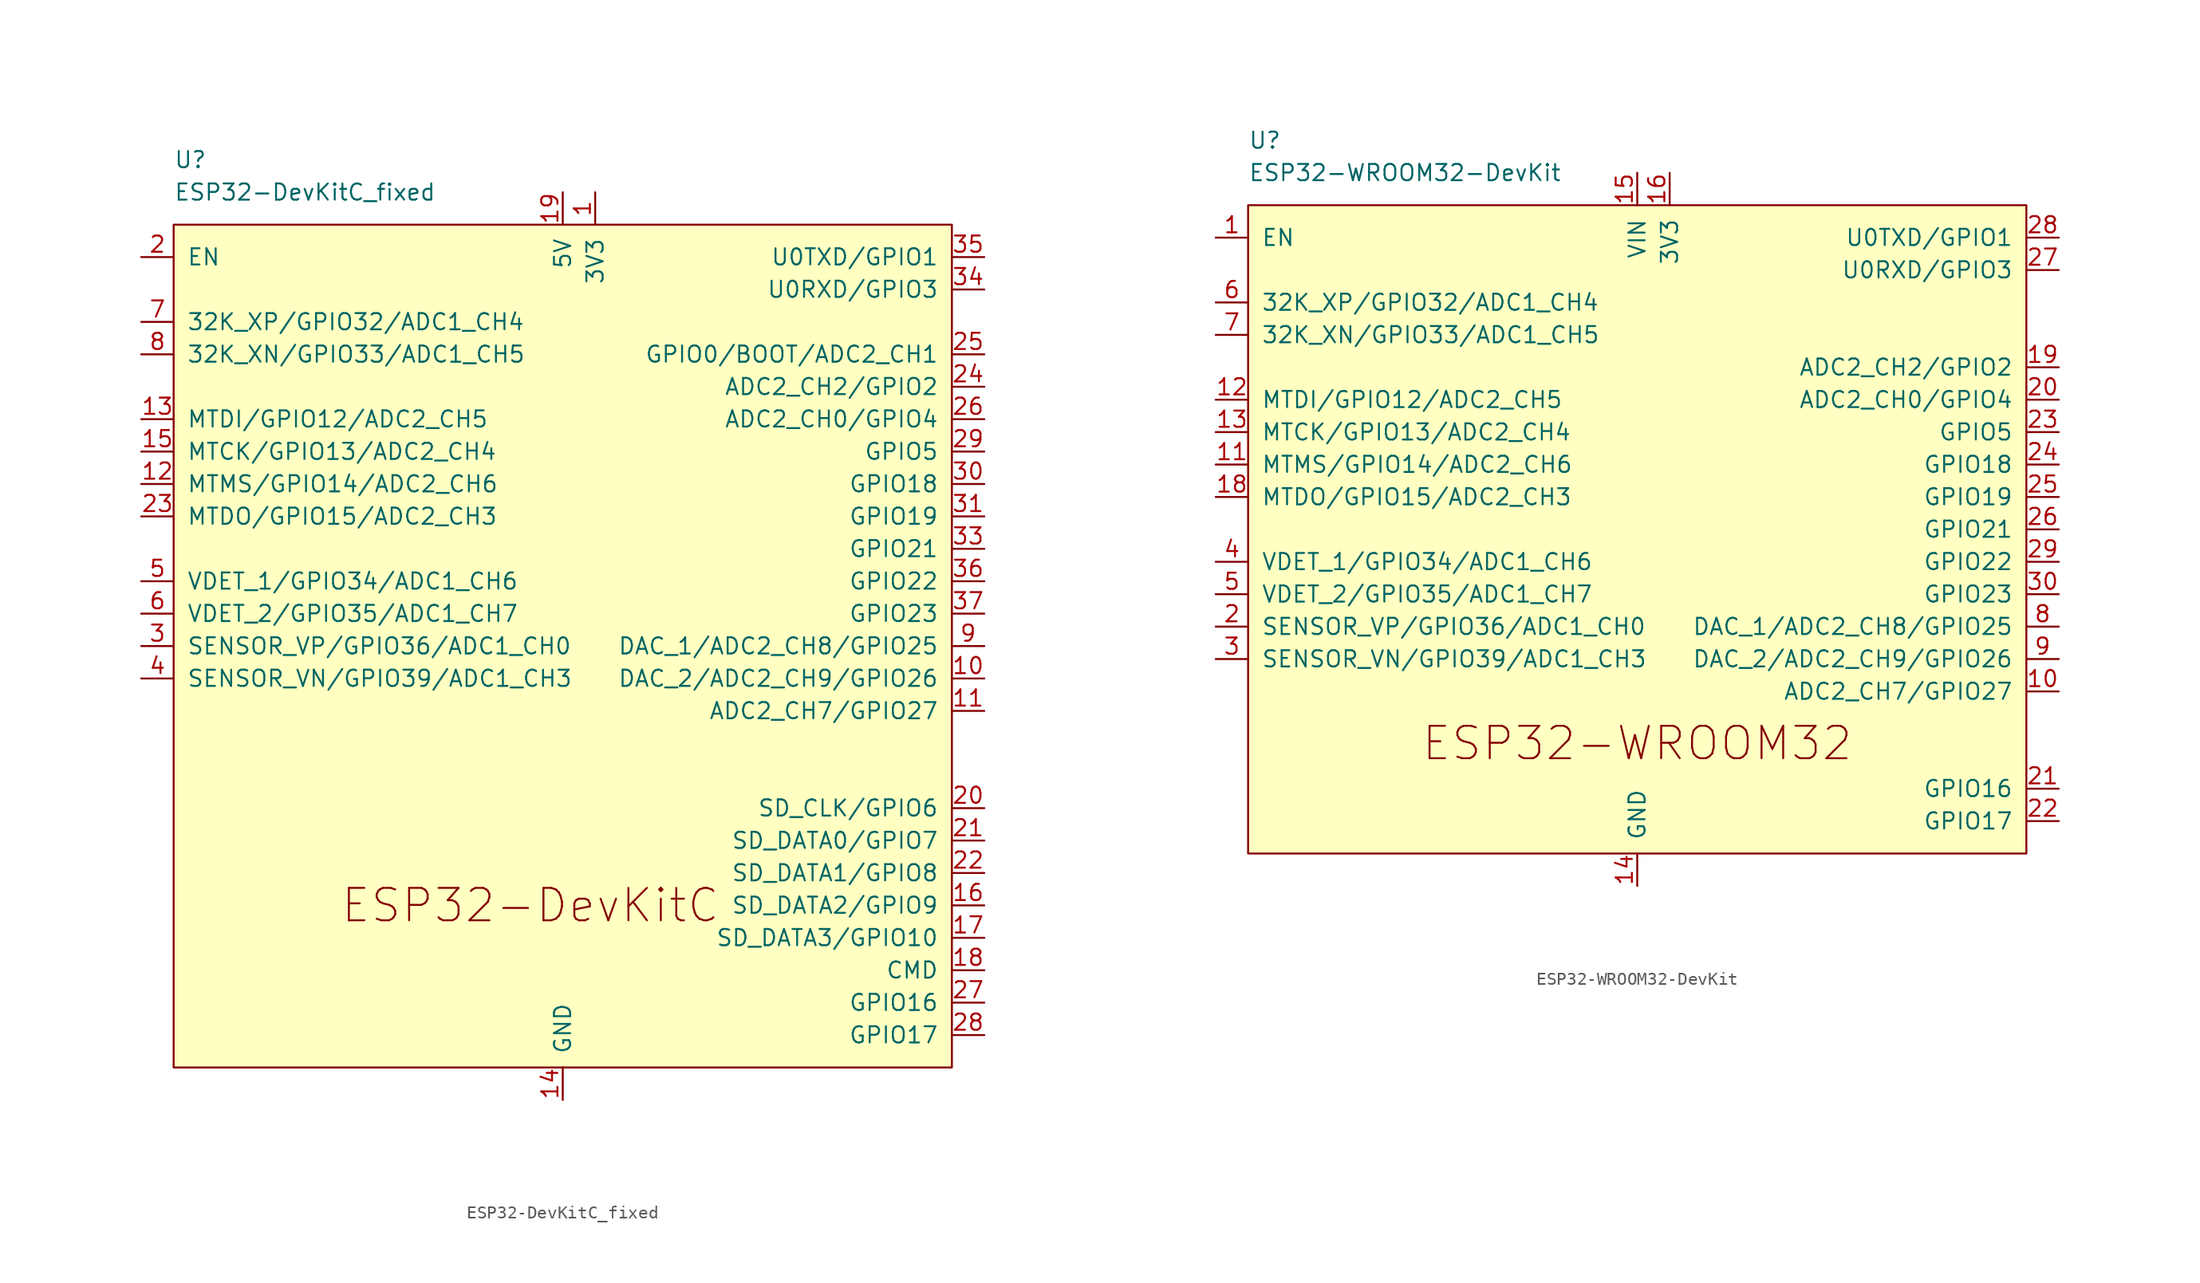
<source format=kicad_sym>
(kicad_symbol_lib
  (version 20241209)
  (generator "kicad_symbol_editor")
  (generator_version "9.0")
  (symbol "ESP32-DevKitC_fixed"
    (pin_names
      (offset 1.016))
    (property "Reference" "U"
      (at -30.48 38.1 0)
      (effects (font (size 1.27 1.27)) (justify left)))
    (property "Value" "ESP32-DevKitC_fixed"
      (at -30.48 35.56 0)
      (effects (font (size 1.27 1.27)) (justify left)))
    (symbol "ESP32-DevKitC_fixed_0_0"
      (text "ESP32-DevKitC" (at -2.54 -20.32 0) (effects (font (size 2.54 2.54))))
      (pin power_in line (at 0 35.56 270) (length 2.54) (name "5V" (effects (font (size 1.27 1.27)))) (number "19" (effects (font (size 1.27 1.27)))))
      (pin power_in line (at 0 -35.56 90) (length 2.54) (name "GND" (effects (font (size 1.27 1.27)))) (number "14" (effects (font (size 1.27 1.27))))))
    (symbol "ESP32-DevKitC_fixed_0_1"
      (rectangle (start -30.48 33.02) (end 30.48 -33.02) (stroke (width 0) (type default)) (fill (type background))))
    (symbol "ESP32-DevKitC_fixed_1_1"
      (pin input line (at -33.02 30.48 0) (length 2.54) (name "EN" (effects (font (size 1.27 1.27)))) (number "2" (effects (font (size 1.27 1.27)))))
      (pin bidirectional line (at -33.02 25.4 0) (length 2.54) (name "32K_XP/GPIO32/ADC1_CH4" (effects (font (size 1.27 1.27)))) (number "7" (effects (font (size 1.27 1.27)))))
      (pin bidirectional line (at -33.02 22.86 0) (length 2.54) (name "32K_XN/GPIO33/ADC1_CH5" (effects (font (size 1.27 1.27)))) (number "8" (effects (font (size 1.27 1.27)))))
      (pin bidirectional line (at -33.02 17.78 0) (length 2.54) (name "MTDI/GPIO12/ADC2_CH5" (effects (font (size 1.27 1.27)))) (number "13" (effects (font (size 1.27 1.27)))))
      (pin bidirectional line (at -33.02 15.24 0) (length 2.54) (name "MTCK/GPIO13/ADC2_CH4" (effects (font (size 1.27 1.27)))) (number "15" (effects (font (size 1.27 1.27)))))
      (pin bidirectional line (at -33.02 12.7 0) (length 2.54) (name "MTMS/GPIO14/ADC2_CH6" (effects (font (size 1.27 1.27)))) (number "12" (effects (font (size 1.27 1.27)))))
      (pin bidirectional line (at -33.02 10.16 0) (length 2.54) (name "MTDO/GPIO15/ADC2_CH3" (effects (font (size 1.27 1.27)))) (number "23" (effects (font (size 1.27 1.27)))))
      (pin input line (at -33.02 5.08 0) (length 2.54) (name "VDET_1/GPIO34/ADC1_CH6" (effects (font (size 1.27 1.27)))) (number "5" (effects (font (size 1.27 1.27)))))
      (pin input line (at -33.02 2.54 0) (length 2.54) (name "VDET_2/GPIO35/ADC1_CH7" (effects (font (size 1.27 1.27)))) (number "6" (effects (font (size 1.27 1.27)))))
      (pin input line (at -33.02 0 0) (length 2.54) (name "SENSOR_VP/GPIO36/ADC1_CH0" (effects (font (size 1.27 1.27)))) (number "3" (effects (font (size 1.27 1.27)))))
      (pin input line (at -33.02 -2.54 0) (length 2.54) (name "SENSOR_VN/GPIO39/ADC1_CH3" (effects (font (size 1.27 1.27)))) (number "4" (effects (font (size 1.27 1.27)))))
      (pin passive line (at 0 -35.56 90) (length 2.54) (hide yes) (name "GND" (effects (font (size 1.27 1.27)))) (number "32" (effects (font (size 1.27 1.27)))))
      (pin passive line (at 0 -35.56 90) (length 2.54) (hide yes) (name "GND" (effects (font (size 1.27 1.27)))) (number "38" (effects (font (size 1.27 1.27)))))
      (pin power_in line (at 2.54 35.56 270) (length 2.54) (name "3V3" (effects (font (size 1.27 1.27)))) (number "1" (effects (font (size 1.27 1.27)))))
      (pin bidirectional line (at 33.02 30.48 180) (length 2.54) (name "U0TXD/GPIO1" (effects (font (size 1.27 1.27)))) (number "35" (effects (font (size 1.27 1.27)))))
      (pin bidirectional line (at 33.02 27.94 180) (length 2.54) (name "U0RXD/GPIO3" (effects (font (size 1.27 1.27)))) (number "34" (effects (font (size 1.27 1.27)))))
      (pin bidirectional line (at 33.02 22.86 180) (length 2.54) (name "GPIO0/BOOT/ADC2_CH1" (effects (font (size 1.27 1.27)))) (number "25" (effects (font (size 1.27 1.27)))))
      (pin bidirectional line (at 33.02 20.32 180) (length 2.54) (name "ADC2_CH2/GPIO2" (effects (font (size 1.27 1.27)))) (number "24" (effects (font (size 1.27 1.27)))))
      (pin bidirectional line (at 33.02 17.78 180) (length 2.54) (name "ADC2_CH0/GPIO4" (effects (font (size 1.27 1.27)))) (number "26" (effects (font (size 1.27 1.27)))))
      (pin bidirectional line (at 33.02 15.24 180) (length 2.54) (name "GPIO5" (effects (font (size 1.27 1.27)))) (number "29" (effects (font (size 1.27 1.27)))))
      (pin bidirectional line (at 33.02 12.7 180) (length 2.54) (name "GPIO18" (effects (font (size 1.27 1.27)))) (number "30" (effects (font (size 1.27 1.27)))))
      (pin bidirectional line (at 33.02 10.16 180) (length 2.54) (name "GPIO19" (effects (font (size 1.27 1.27)))) (number "31" (effects (font (size 1.27 1.27)))))
      (pin bidirectional line (at 33.02 7.62 180) (length 2.54) (name "GPIO21" (effects (font (size 1.27 1.27)))) (number "33" (effects (font (size 1.27 1.27)))))
      (pin bidirectional line (at 33.02 5.08 180) (length 2.54) (name "GPIO22" (effects (font (size 1.27 1.27)))) (number "36" (effects (font (size 1.27 1.27)))))
      (pin bidirectional line (at 33.02 2.54 180) (length 2.54) (name "GPIO23" (effects (font (size 1.27 1.27)))) (number "37" (effects (font (size 1.27 1.27)))))
      (pin bidirectional line (at 33.02 0 180) (length 2.54) (name "DAC_1/ADC2_CH8/GPIO25" (effects (font (size 1.27 1.27)))) (number "9" (effects (font (size 1.27 1.27)))))
      (pin bidirectional line (at 33.02 -2.54 180) (length 2.54) (name "DAC_2/ADC2_CH9/GPIO26" (effects (font (size 1.27 1.27)))) (number "10" (effects (font (size 1.27 1.27)))))
      (pin bidirectional line (at 33.02 -5.08 180) (length 2.54) (name "ADC2_CH7/GPIO27" (effects (font (size 1.27 1.27)))) (number "11" (effects (font (size 1.27 1.27)))))
      (pin bidirectional line (at 33.02 -12.7 180) (length 2.54) (name "SD_CLK/GPIO6" (effects (font (size 1.27 1.27)))) (number "20" (effects (font (size 1.27 1.27)))))
      (pin bidirectional line (at 33.02 -15.24 180) (length 2.54) (name "SD_DATA0/GPIO7" (effects (font (size 1.27 1.27)))) (number "21" (effects (font (size 1.27 1.27)))))
      (pin bidirectional line (at 33.02 -17.78 180) (length 2.54) (name "SD_DATA1/GPIO8" (effects (font (size 1.27 1.27)))) (number "22" (effects (font (size 1.27 1.27)))))
      (pin bidirectional line (at 33.02 -20.32 180) (length 2.54) (name "SD_DATA2/GPIO9" (effects (font (size 1.27 1.27)))) (number "16" (effects (font (size 1.27 1.27)))))
      (pin bidirectional line (at 33.02 -22.86 180) (length 2.54) (name "SD_DATA3/GPIO10" (effects (font (size 1.27 1.27)))) (number "17" (effects (font (size 1.27 1.27)))))
      (pin bidirectional line (at 33.02 -25.4 180) (length 2.54) (name "CMD" (effects (font (size 1.27 1.27)))) (number "18" (effects (font (size 1.27 1.27)))))
      (pin bidirectional line (at 33.02 -27.94 180) (length 2.54) (name "GPIO16" (effects (font (size 1.27 1.27)))) (number "27" (effects (font (size 1.27 1.27)))))
      (pin bidirectional line (at 33.02 -30.48 180) (length 2.54) (name "GPIO17" (effects (font (size 1.27 1.27)))) (number "28" (effects (font (size 1.27 1.27)))))))
  (symbol "ESP32-WROOM32-DevKit"
    (pin_names
      (offset 1.016))
    (property "Reference" "U"
      (at -30.48 38.1 0)
      (effects (font (size 1.27 1.27)) (justify left)))
    (property "Value" "ESP32-WROOM32-DevKit"
      (at -30.48 35.56 0)
      (effects (font (size 1.27 1.27)) (justify left)))
    (symbol "ESP32-WROOM32-DevKit_0_0"
      (pin power_in line (at 0 35.56 270) (length 2.54) (name "VIN" (effects (font (size 1.27 1.27)))) (number "15" (effects (font (size 1.27 1.27)))))
      (pin power_in line (at 0 -20.32 90) (length 2.54) (name "GND" (effects (font (size 1.27 1.27)))) (number "14" (effects (font (size 1.27 1.27))))))
    (symbol "ESP32-WROOM32-DevKit_0_1"
      (rectangle (start -30.48 33.02) (end 30.48 -17.78) (stroke (width 0) (type default)) (fill (type background))))
    (symbol "ESP32-WROOM32-DevKit_1_1"
      (text "ESP32-WROOM32" (at 0 -9.144 0) (effects (font (size 2.54 2.54))))
      (pin input line (at -33.02 30.48 0) (length 2.54) (name "EN" (effects (font (size 1.27 1.27)))) (number "1" (effects (font (size 1.27 1.27)))))
      (pin bidirectional line (at -33.02 25.4 0) (length 2.54) (name "32K_XP/GPIO32/ADC1_CH4" (effects (font (size 1.27 1.27)))) (number "6" (effects (font (size 1.27 1.27)))))
      (pin bidirectional line (at -33.02 22.86 0) (length 2.54) (name "32K_XN/GPIO33/ADC1_CH5" (effects (font (size 1.27 1.27)))) (number "7" (effects (font (size 1.27 1.27)))))
      (pin bidirectional line (at -33.02 17.78 0) (length 2.54) (name "MTDI/GPIO12/ADC2_CH5" (effects (font (size 1.27 1.27)))) (number "12" (effects (font (size 1.27 1.27)))))
      (pin bidirectional line (at -33.02 15.24 0) (length 2.54) (name "MTCK/GPIO13/ADC2_CH4" (effects (font (size 1.27 1.27)))) (number "13" (effects (font (size 1.27 1.27)))))
      (pin bidirectional line (at -33.02 12.7 0) (length 2.54) (name "MTMS/GPIO14/ADC2_CH6" (effects (font (size 1.27 1.27)))) (number "11" (effects (font (size 1.27 1.27)))))
      (pin bidirectional line (at -33.02 10.16 0) (length 2.54) (name "MTDO/GPIO15/ADC2_CH3" (effects (font (size 1.27 1.27)))) (number "18" (effects (font (size 1.27 1.27)))))
      (pin input line (at -33.02 5.08 0) (length 2.54) (name "VDET_1/GPIO34/ADC1_CH6" (effects (font (size 1.27 1.27)))) (number "4" (effects (font (size 1.27 1.27)))))
      (pin input line (at -33.02 2.54 0) (length 2.54) (name "VDET_2/GPIO35/ADC1_CH7" (effects (font (size 1.27 1.27)))) (number "5" (effects (font (size 1.27 1.27)))))
      (pin input line (at -33.02 0 0) (length 2.54) (name "SENSOR_VP/GPIO36/ADC1_CH0" (effects (font (size 1.27 1.27)))) (number "2" (effects (font (size 1.27 1.27)))))
      (pin input line (at -33.02 -2.54 0) (length 2.54) (name "SENSOR_VN/GPIO39/ADC1_CH3" (effects (font (size 1.27 1.27)))) (number "3" (effects (font (size 1.27 1.27)))))
      (pin passive line (at 0 -20.32 90) (length 2.54) (hide yes) (name "GND" (effects (font (size 1.27 1.27)))) (number "17" (effects (font (size 1.27 1.27)))))
      (pin power_in line (at 2.54 35.56 270) (length 2.54) (name "3V3" (effects (font (size 1.27 1.27)))) (number "16" (effects (font (size 1.27 1.27)))))
      (pin bidirectional line (at 33.02 30.48 180) (length 2.54) (name "U0TXD/GPIO1" (effects (font (size 1.27 1.27)))) (number "28" (effects (font (size 1.27 1.27)))))
      (pin bidirectional line (at 33.02 27.94 180) (length 2.54) (name "U0RXD/GPIO3" (effects (font (size 1.27 1.27)))) (number "27" (effects (font (size 1.27 1.27)))))
      (pin bidirectional line (at 33.02 20.32 180) (length 2.54) (name "ADC2_CH2/GPIO2" (effects (font (size 1.27 1.27)))) (number "19" (effects (font (size 1.27 1.27)))))
      (pin bidirectional line (at 33.02 17.78 180) (length 2.54) (name "ADC2_CH0/GPIO4" (effects (font (size 1.27 1.27)))) (number "20" (effects (font (size 1.27 1.27)))))
      (pin bidirectional line (at 33.02 15.24 180) (length 2.54) (name "GPIO5" (effects (font (size 1.27 1.27)))) (number "23" (effects (font (size 1.27 1.27)))))
      (pin bidirectional line (at 33.02 12.7 180) (length 2.54) (name "GPIO18" (effects (font (size 1.27 1.27)))) (number "24" (effects (font (size 1.27 1.27)))))
      (pin bidirectional line (at 33.02 10.16 180) (length 2.54) (name "GPIO19" (effects (font (size 1.27 1.27)))) (number "25" (effects (font (size 1.27 1.27)))))
      (pin bidirectional line (at 33.02 7.62 180) (length 2.54) (name "GPIO21" (effects (font (size 1.27 1.27)))) (number "26" (effects (font (size 1.27 1.27)))))
      (pin bidirectional line (at 33.02 5.08 180) (length 2.54) (name "GPIO22" (effects (font (size 1.27 1.27)))) (number "29" (effects (font (size 1.27 1.27)))))
      (pin bidirectional line (at 33.02 2.54 180) (length 2.54) (name "GPIO23" (effects (font (size 1.27 1.27)))) (number "30" (effects (font (size 1.27 1.27)))))
      (pin bidirectional line (at 33.02 0 180) (length 2.54) (name "DAC_1/ADC2_CH8/GPIO25" (effects (font (size 1.27 1.27)))) (number "8" (effects (font (size 1.27 1.27)))))
      (pin bidirectional line (at 33.02 -2.54 180) (length 2.54) (name "DAC_2/ADC2_CH9/GPIO26" (effects (font (size 1.27 1.27)))) (number "9" (effects (font (size 1.27 1.27)))))
      (pin bidirectional line (at 33.02 -5.08 180) (length 2.54) (name "ADC2_CH7/GPIO27" (effects (font (size 1.27 1.27)))) (number "10" (effects (font (size 1.27 1.27)))))
      (pin bidirectional line (at 33.02 -12.7 180) (length 2.54) (name "GPIO16" (effects (font (size 1.27 1.27)))) (number "21" (effects (font (size 1.27 1.27)))))
      (pin bidirectional line (at 33.02 -15.24 180) (length 2.54) (name "GPIO17" (effects (font (size 1.27 1.27)))) (number "22" (effects (font (size 1.27 1.27))))))))
</source>
